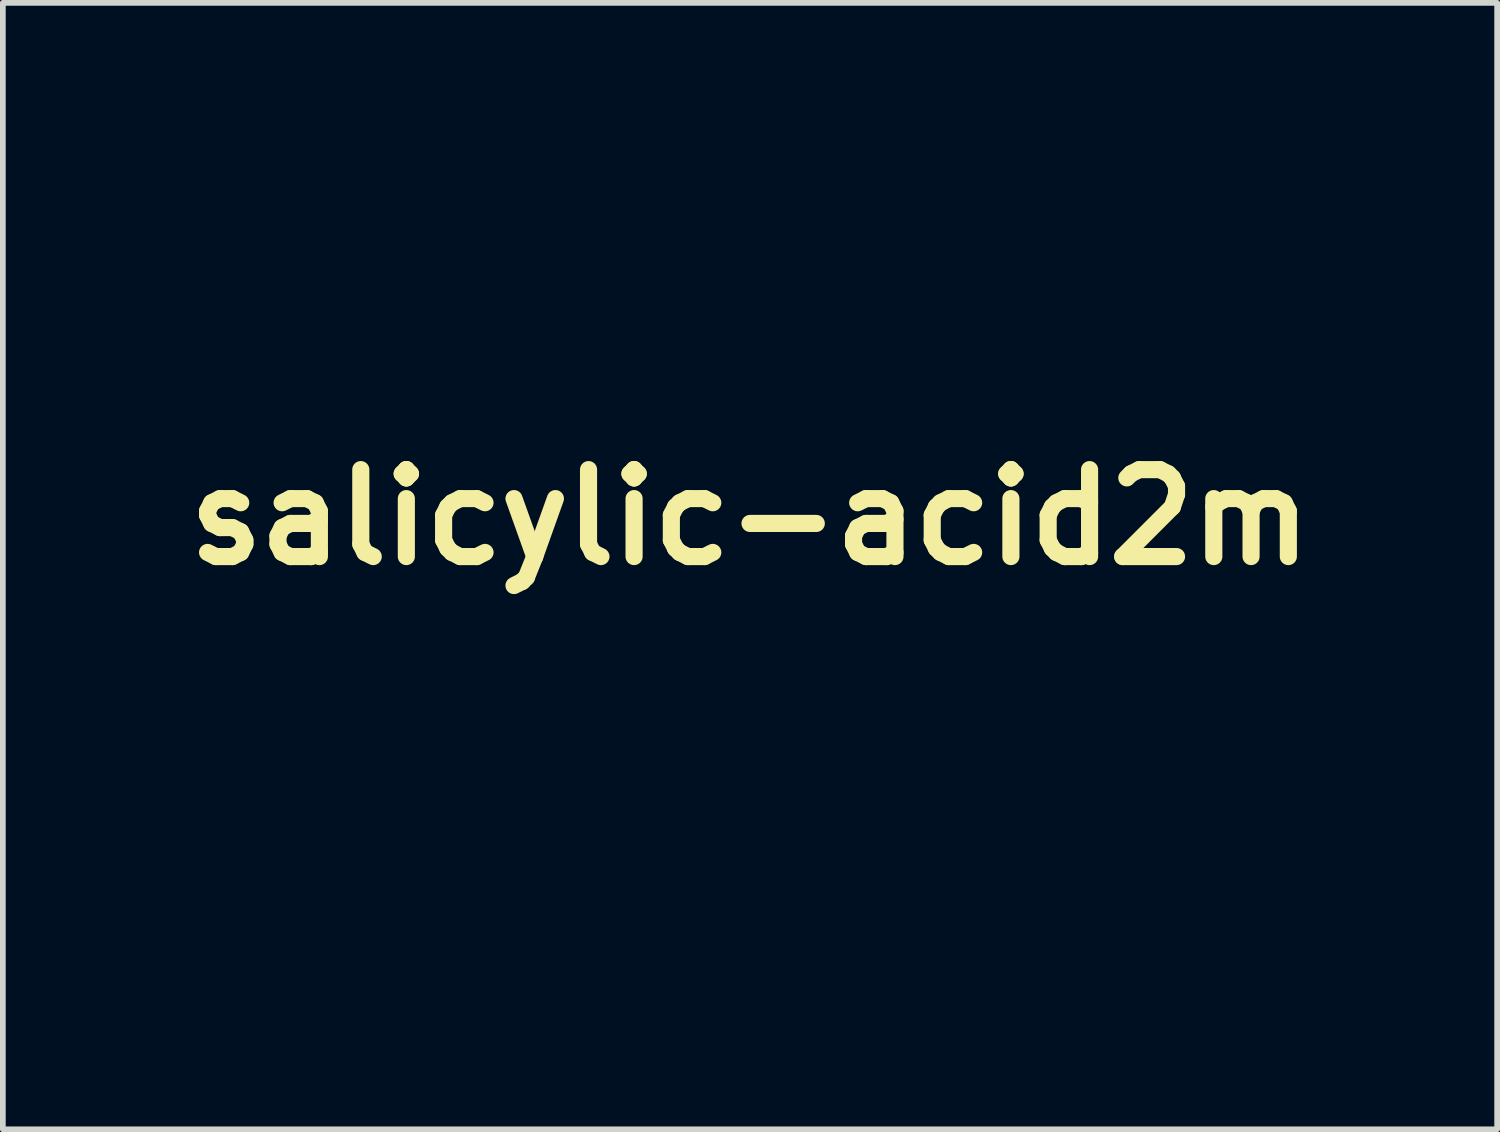
<source format=kicad_pcb>
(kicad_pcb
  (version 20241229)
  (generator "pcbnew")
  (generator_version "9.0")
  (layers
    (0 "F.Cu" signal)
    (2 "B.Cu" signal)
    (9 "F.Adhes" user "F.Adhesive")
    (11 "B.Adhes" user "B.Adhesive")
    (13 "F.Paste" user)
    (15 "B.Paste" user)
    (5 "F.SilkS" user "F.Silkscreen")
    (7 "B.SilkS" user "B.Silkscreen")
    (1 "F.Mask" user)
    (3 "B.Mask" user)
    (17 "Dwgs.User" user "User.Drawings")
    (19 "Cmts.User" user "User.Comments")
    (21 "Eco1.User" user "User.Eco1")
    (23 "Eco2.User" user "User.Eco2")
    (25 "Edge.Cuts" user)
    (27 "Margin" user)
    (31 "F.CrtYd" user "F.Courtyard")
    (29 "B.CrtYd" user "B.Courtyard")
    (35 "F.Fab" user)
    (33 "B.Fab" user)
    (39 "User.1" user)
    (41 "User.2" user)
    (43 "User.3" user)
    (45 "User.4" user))
  (footprint "salicylic-acid2m"
    (layer "F.Cu")
    (at 10.095 6.015)
    (property "Reference" "salicylic-acid2m" (at 0 0 0) (layer "F.SilkS") (effects (font (size 1.524 1.524) (thickness 0.3))))
    (attr through_hole)
    (fp_poly (pts (xy -6.333 5.08) (xy -6.841 5.08) (xy -6.841 1.49) (xy -6.333 1.49) (xy -6.333 5.08)) (stroke (width 0.01) (type solid)) (fill yes) (layer "F.Mask"))
    (fp_poly (pts (xy 1.626 -5.249) (xy 2.405 -5.249) (xy 2.405 -5.994) (xy 2.709 -5.994) (xy 2.709 -4.166) (xy 2.405 -4.166) (xy 2.405 -4.978) (xy 1.626 -4.978) (xy 1.626 -4.166) (xy 1.321 -4.166) (xy 1.321 -5.994) (xy 1.626 -5.994) (xy 1.626 -5.249)) (stroke (width 0.01) (type solid)) (fill yes) (layer "F.Mask"))
    (fp_poly (pts (xy 4.911 -1.016) (xy 5.69 -1.016) (xy 5.69 -1.761) (xy 5.994 -1.761) (xy 5.994 0.068) (xy 5.69 0.068) (xy 5.69 -0.745) (xy 4.911 -0.745) (xy 4.911 0.068) (xy 4.606 0.068) (xy 4.606 -1.761) (xy 4.911 -1.761) (xy 4.911 -1.016)) (stroke (width 0.01) (type solid)) (fill yes) (layer "F.Mask"))
    (fp_poly (pts (xy -0.963 4.612) (xy -0.927 4.666) (xy -0.877 4.76) (xy -0.835 4.848) (xy -0.751 5.04) (xy -2.168 5.89) (xy -2.45 6.058) (xy -2.714 6.216) (xy -2.955 6.359) (xy -3.168 6.484) (xy -3.345 6.588) (xy -3.483 6.668) (xy -3.574 6.719) (xy -3.614 6.739) (xy -3.615 6.739) (xy -3.644 6.711) (xy -3.692 6.637) (xy -3.75 6.532) (xy -3.758 6.517) (xy -3.809 6.404) (xy -3.839 6.316) (xy -3.841 6.269) (xy -3.84 6.267) (xy -3.806 6.245) (xy -3.719 6.191) (xy -3.586 6.11) (xy -3.411 6.005) (xy -3.202 5.879) (xy -2.963 5.736) (xy -2.701 5.578) (xy -2.421 5.411) (xy -2.408 5.403) (xy -2.078 5.207) (xy -1.801 5.043) (xy -1.573 4.91) (xy -1.389 4.804) (xy -1.245 4.724) (xy -1.136 4.666) (xy -1.057 4.629) (xy -1.005 4.61) (xy -0.974 4.607) (xy -0.963 4.612)) (stroke (width 0.01) (type solid)) (fill yes) (layer "F.Mask"))
    (fp_poly (pts (xy -3.653 -0.356) (xy -3.568 -0.31) (xy -3.437 -0.238) (xy -3.269 -0.145) (xy -3.069 -0.032) (xy -2.844 0.094) (xy -2.602 0.231) (xy -2.348 0.374) (xy -2.091 0.52) (xy -1.836 0.665) (xy -1.591 0.805) (xy -1.362 0.936) (xy -1.157 1.053) (xy -0.981 1.155) (xy -0.842 1.235) (xy -0.747 1.291) (xy -0.703 1.319) (xy -0.701 1.321) (xy -0.696 1.364) (xy -0.721 1.436) (xy -0.724 1.442) (xy -0.772 1.54) (xy -0.827 1.652) (xy -0.834 1.668) (xy -0.88 1.746) (xy -0.921 1.79) (xy -0.931 1.793) (xy -0.966 1.776) (xy -1.054 1.729) (xy -1.19 1.654) (xy -1.367 1.555) (xy -1.58 1.435) (xy -1.823 1.297) (xy -2.091 1.145) (xy -2.377 0.981) (xy -2.444 0.943) (xy -3.922 0.096) (xy -3.819 -0.138) (xy -3.766 -0.25) (xy -3.72 -0.333) (xy -3.689 -0.372) (xy -3.686 -0.373) (xy -3.653 -0.356)) (stroke (width 0.01) (type solid)) (fill yes) (layer "F.Mask"))
    (fp_poly (pts (xy -1.574 -5.964) (xy -1.382 -5.873) (xy -1.225 -5.737) (xy -1.218 -5.729) (xy -1.108 -5.547) (xy -1.041 -5.33) (xy -1.017 -5.094) (xy -1.036 -4.857) (xy -1.098 -4.636) (xy -1.201 -4.453) (xy -1.344 -4.314) (xy -1.527 -4.212) (xy -1.728 -4.154) (xy -1.928 -4.146) (xy -2.015 -4.162) (xy -2.211 -4.243) (xy -2.385 -4.371) (xy -2.522 -4.532) (xy -2.602 -4.703) (xy -2.628 -4.838) (xy -2.639 -5.012) (xy -2.639 -5.08) (xy -2.318 -5.08) (xy -2.299 -4.851) (xy -2.242 -4.673) (xy -2.143 -4.538) (xy -2.069 -4.479) (xy -1.915 -4.414) (xy -1.753 -4.414) (xy -1.6 -4.476) (xy -1.48 -4.584) (xy -1.402 -4.737) (xy -1.362 -4.94) (xy -1.355 -5.078) (xy -1.376 -5.307) (xy -1.438 -5.495) (xy -1.537 -5.636) (xy -1.669 -5.725) (xy -1.831 -5.757) (xy -1.836 -5.757) (xy -1.997 -5.727) (xy -2.13 -5.638) (xy -2.23 -5.499) (xy -2.295 -5.313) (xy -2.318 -5.089) (xy -2.318 -5.08) (xy -2.639 -5.08) (xy -2.638 -5.196) (xy -2.622 -5.362) (xy -2.602 -5.457) (xy -2.53 -5.609) (xy -2.412 -5.759) (xy -2.269 -5.885) (xy -2.189 -5.934) (xy -1.995 -5.998) (xy -1.784 -6.007) (xy -1.574 -5.964)) (stroke (width 0.01) (type solid)) (fill yes) (layer "F.Mask"))
    (fp_poly (pts (xy 0.39 -5.964) (xy 0.582 -5.873) (xy 0.739 -5.737) (xy 0.746 -5.729) (xy 0.856 -5.547) (xy 0.923 -5.33) (xy 0.947 -5.094) (xy 0.929 -4.857) (xy 0.866 -4.636) (xy 0.764 -4.453) (xy 0.62 -4.314) (xy 0.438 -4.212) (xy 0.236 -4.154) (xy 0.036 -4.146) (xy -0.051 -4.162) (xy -0.247 -4.243) (xy -0.421 -4.371) (xy -0.557 -4.532) (xy -0.638 -4.703) (xy -0.663 -4.838) (xy -0.675 -5.012) (xy -0.674 -5.08) (xy -0.354 -5.08) (xy -0.335 -4.851) (xy -0.278 -4.673) (xy -0.178 -4.538) (xy -0.105 -4.479) (xy 0.049 -4.414) (xy 0.211 -4.414) (xy 0.364 -4.476) (xy 0.484 -4.584) (xy 0.563 -4.737) (xy 0.603 -4.94) (xy 0.609 -5.078) (xy 0.588 -5.307) (xy 0.526 -5.495) (xy 0.427 -5.636) (xy 0.295 -5.725) (xy 0.133 -5.757) (xy 0.128 -5.757) (xy -0.033 -5.727) (xy -0.166 -5.638) (xy -0.266 -5.499) (xy -0.33 -5.313) (xy -0.354 -5.089) (xy -0.354 -5.08) (xy -0.674 -5.08) (xy -0.673 -5.196) (xy -0.658 -5.362) (xy -0.638 -5.457) (xy -0.565 -5.609) (xy -0.448 -5.759) (xy -0.305 -5.885) (xy -0.225 -5.934) (xy -0.03 -5.998) (xy 0.18 -6.007) (xy 0.39 -5.964)) (stroke (width 0.01) (type solid)) (fill yes) (layer "F.Mask"))
    (fp_poly (pts (xy 3.675 -1.73) (xy 3.867 -1.639) (xy 4.025 -1.503) (xy 4.031 -1.496) (xy 4.141 -1.314) (xy 4.208 -1.096) (xy 4.232 -0.86) (xy 4.214 -0.624) (xy 4.152 -0.403) (xy 4.049 -0.219) (xy 3.905 -0.081) (xy 3.723 0.021) (xy 3.521 0.079) (xy 3.321 0.087) (xy 3.234 0.072) (xy 3.038 -0.009) (xy 2.864 -0.137) (xy 2.728 -0.299) (xy 2.647 -0.469) (xy 2.622 -0.605) (xy 2.61 -0.778) (xy 2.611 -0.847) (xy 2.931 -0.847) (xy 2.95 -0.618) (xy 3.007 -0.44) (xy 3.107 -0.304) (xy 3.18 -0.246) (xy 3.334 -0.181) (xy 3.496 -0.181) (xy 3.649 -0.242) (xy 3.769 -0.35) (xy 3.848 -0.503) (xy 3.888 -0.707) (xy 3.894 -0.844) (xy 3.873 -1.074) (xy 3.811 -1.262) (xy 3.712 -1.403) (xy 3.58 -1.492) (xy 3.418 -1.524) (xy 3.413 -1.524) (xy 3.252 -1.493) (xy 3.119 -1.405) (xy 3.019 -1.265) (xy 2.955 -1.08) (xy 2.931 -0.855) (xy 2.931 -0.847) (xy 2.611 -0.847) (xy 2.612 -0.963) (xy 2.627 -1.129) (xy 2.647 -1.224) (xy 2.72 -1.376) (xy 2.837 -1.526) (xy 2.98 -1.651) (xy 3.06 -1.7) (xy 3.255 -1.765) (xy 3.465 -1.773) (xy 3.675 -1.73)) (stroke (width 0.01) (type solid)) (fill yes) (layer "F.Mask"))
    (fp_poly (pts (xy -3.514 -5.997) (xy -3.482 -5.99) (xy -3.3 -5.919) (xy -3.145 -5.795) (xy -3.031 -5.631) (xy -2.984 -5.503) (xy -2.963 -5.387) (xy -2.979 -5.32) (xy -3.038 -5.29) (xy -3.116 -5.284) (xy -3.205 -5.296) (xy -3.264 -5.341) (xy -3.308 -5.436) (xy -3.316 -5.46) (xy -3.394 -5.605) (xy -3.512 -5.707) (xy -3.657 -5.755) (xy -3.698 -5.757) (xy -3.793 -5.748) (xy -3.871 -5.71) (xy -3.961 -5.631) (xy -3.963 -5.63) (xy -4.074 -5.474) (xy -4.144 -5.285) (xy -4.17 -5.08) (xy -4.154 -4.873) (xy -4.095 -4.684) (xy -3.992 -4.528) (xy -3.979 -4.514) (xy -3.901 -4.446) (xy -3.826 -4.413) (xy -3.723 -4.403) (xy -3.693 -4.403) (xy -3.577 -4.41) (xy -3.481 -4.427) (xy -3.449 -4.439) (xy -3.389 -4.498) (xy -3.328 -4.597) (xy -3.279 -4.712) (xy -3.253 -4.817) (xy -3.252 -4.836) (xy -3.245 -4.883) (xy -3.215 -4.904) (xy -3.144 -4.907) (xy -3.09 -4.904) (xy -2.994 -4.895) (xy -2.948 -4.877) (xy -2.936 -4.837) (xy -2.939 -4.792) (xy -2.986 -4.586) (xy -3.081 -4.407) (xy -3.217 -4.266) (xy -3.382 -4.176) (xy -3.411 -4.168) (xy -3.613 -4.136) (xy -3.823 -4.145) (xy -3.975 -4.181) (xy -4.152 -4.278) (xy -4.295 -4.424) (xy -4.402 -4.608) (xy -4.471 -4.818) (xy -4.499 -5.044) (xy -4.483 -5.274) (xy -4.422 -5.497) (xy -4.313 -5.702) (xy -4.302 -5.716) (xy -4.153 -5.867) (xy -3.966 -5.966) (xy -3.75 -6.01) (xy -3.514 -5.997)) (stroke (width 0.01) (type solid)) (fill yes) (layer "F.Mask"))
    (fp_poly (pts (xy -3.471 -1.103) (xy -1.83 -0.165) (xy -1.471 0.04) (xy -1.167 0.213) (xy -0.912 0.356) (xy -0.702 0.473) (xy -0.533 0.565) (xy -0.4 0.635) (xy -0.298 0.686) (xy -0.224 0.718) (xy -0.172 0.736) (xy -0.138 0.741) (xy -0.119 0.737) (xy -0.075 0.713) (xy 0.021 0.658) (xy 0.162 0.578) (xy 0.34 0.477) (xy 0.548 0.358) (xy 0.778 0.226) (xy 0.999 0.099) (xy 1.244 -0.041) (xy 1.471 -0.171) (xy 1.675 -0.286) (xy 1.847 -0.384) (xy 1.981 -0.458) (xy 2.07 -0.507) (xy 2.105 -0.525) (xy 2.144 -0.522) (xy 2.19 -0.478) (xy 2.251 -0.385) (xy 2.287 -0.322) (xy 2.347 -0.204) (xy 2.381 -0.115) (xy 2.384 -0.068) (xy 2.383 -0.067) (xy 2.348 -0.043) (xy 2.26 0.009) (xy 2.128 0.088) (xy 1.957 0.188) (xy 1.754 0.306) (xy 1.526 0.437) (xy 1.287 0.575) (xy 0.22 1.186) (xy 0.203 3.256) (xy 0.186 5.325) (xy -1.77 6.523) (xy -2.1 6.726) (xy -2.414 6.917) (xy -2.705 7.095) (xy -2.969 7.257) (xy -3.202 7.399) (xy -3.399 7.519) (xy -3.555 7.614) (xy -3.665 7.68) (xy -3.725 7.716) (xy -3.735 7.722) (xy -3.765 7.705) (xy -3.849 7.658) (xy -3.982 7.582) (xy -4.16 7.481) (xy -4.377 7.358) (xy -4.629 7.214) (xy -4.91 7.053) (xy -5.217 6.877) (xy -5.544 6.69) (xy -5.733 6.582) (xy -7.722 5.443) (xy -7.72 3.221) (xy -7.719 1.202) (xy -7.178 1.202) (xy -7.17 3.197) (xy -7.163 5.191) (xy -5.453 6.165) (xy -3.742 7.138) (xy -3.624 7.076) (xy -3.572 7.047) (xy -3.468 6.988) (xy -3.318 6.901) (xy -3.126 6.791) (xy -2.899 6.659) (xy -2.643 6.511) (xy -2.363 6.349) (xy -2.066 6.176) (xy -1.913 6.087) (xy -0.322 5.161) (xy -0.314 3.165) (xy -0.307 1.168) (xy -2 0.203) (xy -2.312 0.026) (xy -2.606 -0.141) (xy -2.878 -0.295) (xy -3.123 -0.432) (xy -3.335 -0.551) (xy -3.508 -0.647) (xy -3.637 -0.718) (xy -3.718 -0.761) (xy -3.743 -0.773) (xy -3.78 -0.758) (xy -3.87 -0.712) (xy -4.008 -0.637) (xy -4.189 -0.537) (xy -4.406 -0.414) (xy -4.655 -0.272) (xy -4.931 -0.113) (xy -5.227 0.059) (xy -5.485 0.209) (xy -7.178 1.202) (xy -7.719 1.202) (xy -7.719 0.999) (xy -5.858 -0.085) (xy -3.996 -1.168) (xy -3.996 -3.861) (xy -3.489 -3.861) (xy -3.471 -1.103)) (stroke (width 0.01) (type solid)) (fill yes) (layer "F.Mask")))
  (gr_rect
    (start -3 -3)
    (end 23.189 16.742)
    (stroke (width 0.1) (type default))
    (fill no)
    (layer "Edge.Cuts")))
</source>
